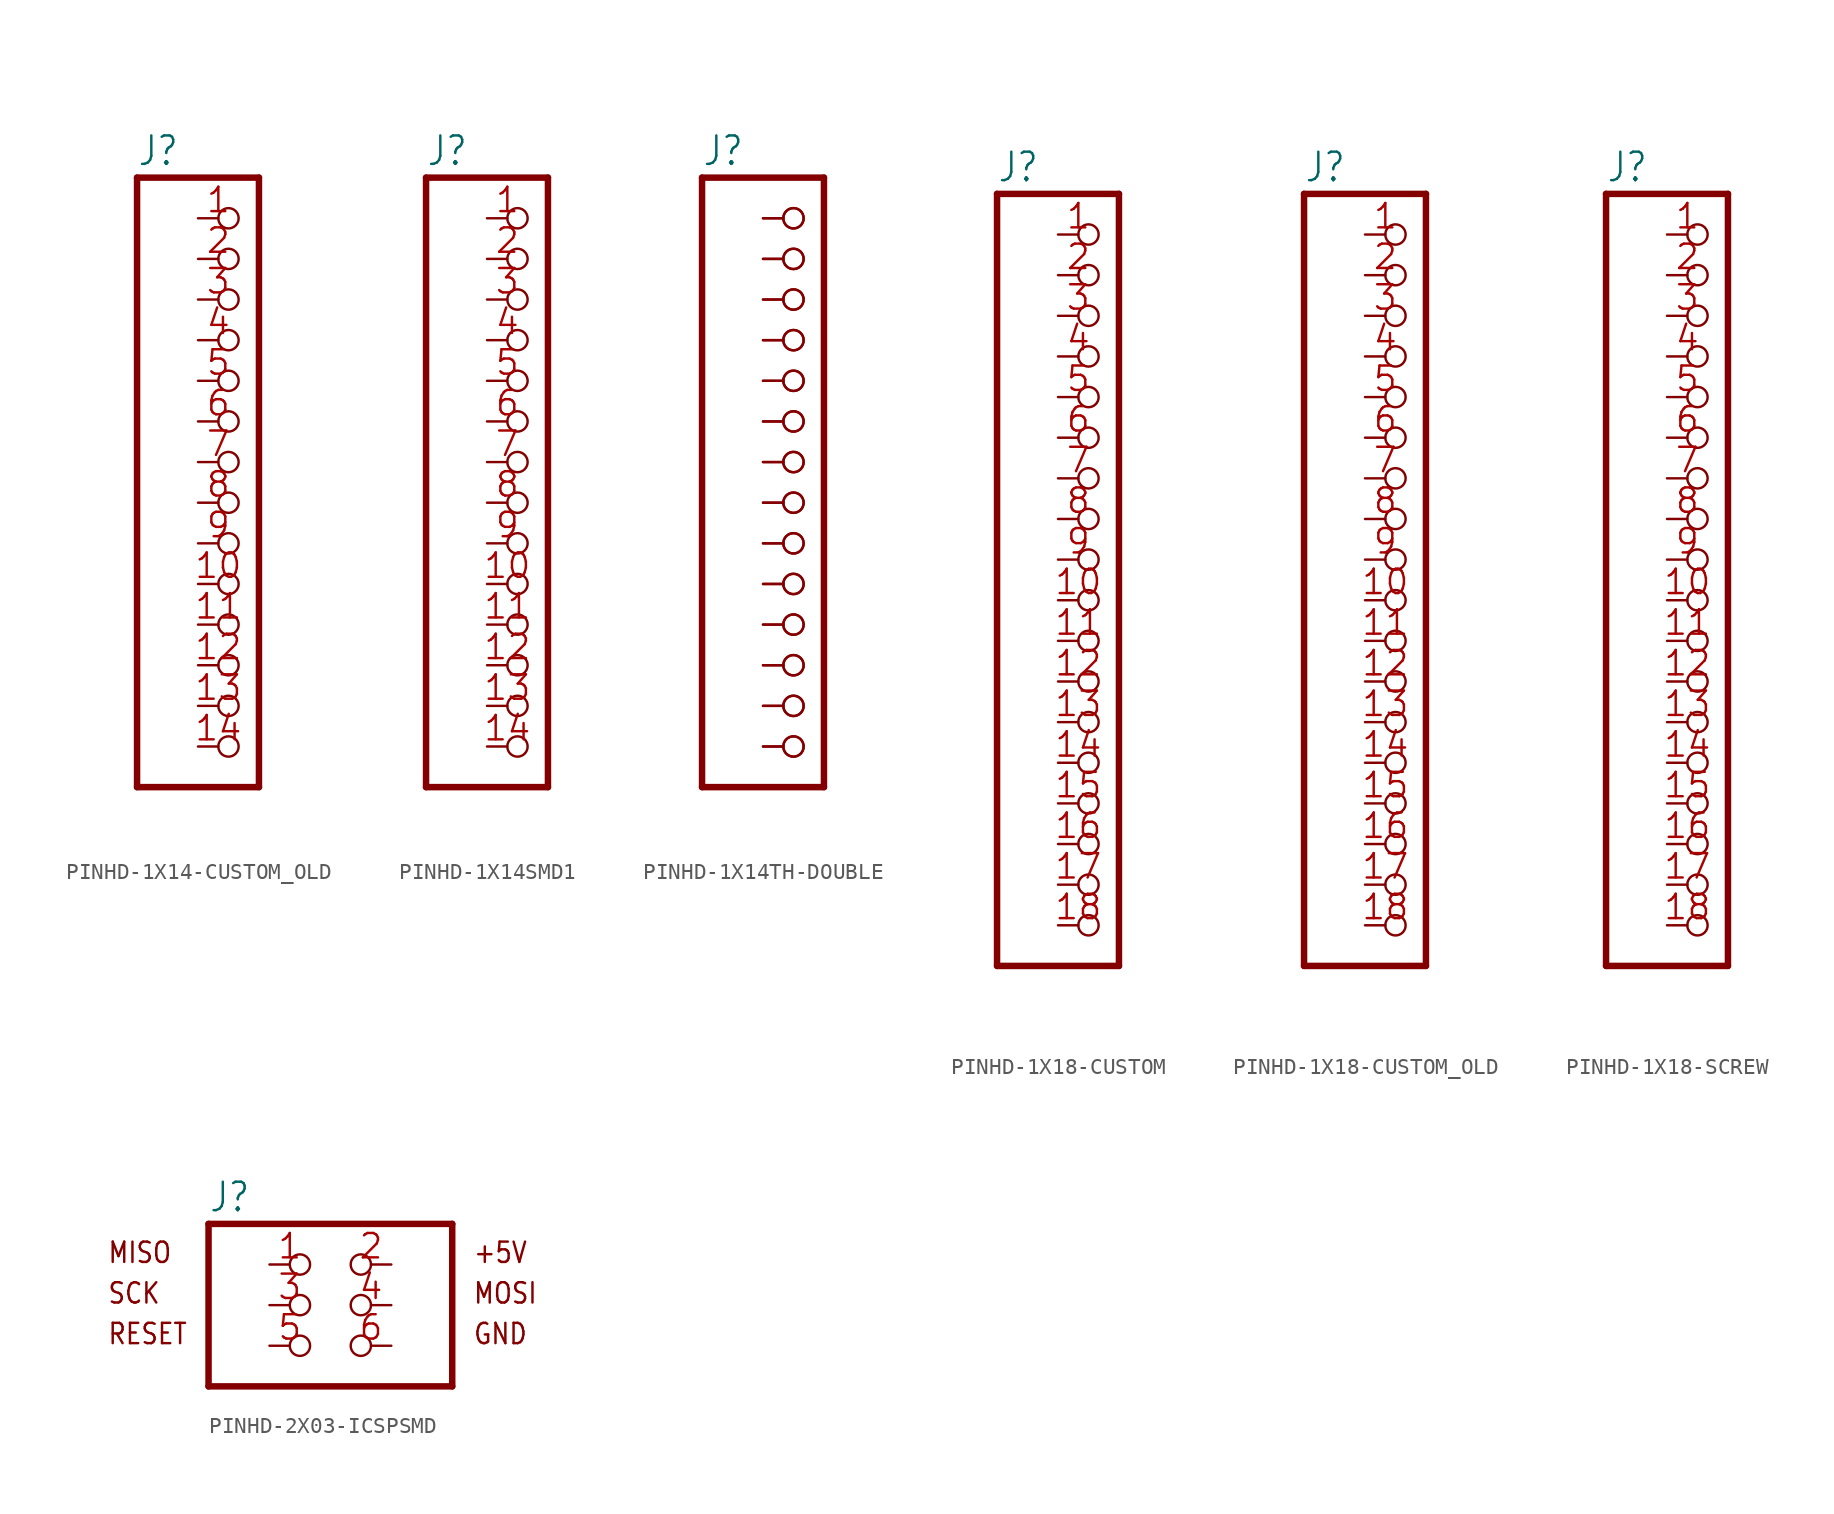
<source format=kicad_sym>
(kicad_symbol_lib
  (version 20241209)
  (generator "kicad_symbol_editor")
  (generator_version "9.0")
  (symbol "PINHD-1X14-CUSTOM_OLD"
    (property "Reference" "J"
      (at -6.35 18.415 0)
      (effects (font (size 1.778 1.511)) (justify left bottom)))
    (property "ki_locked" ""
      (at 0 0 0)
      (effects (font (size 1.27 1.27))))
    (symbol "PINHD-1X14-CUSTOM_OLD_1_0"
      (polyline (pts (xy -6.35 17.78) (xy -6.35 -20.32)) (stroke (width 0.406) (type solid)) (fill (type none)))
      (polyline (pts (xy -6.35 -20.32) (xy 1.27 -20.32)) (stroke (width 0.406) (type solid)) (fill (type none)))
      (polyline (pts (xy 1.27 17.78) (xy -6.35 17.78)) (stroke (width 0.406) (type solid)) (fill (type none)))
      (polyline (pts (xy 1.27 -20.32) (xy 1.27 17.78)) (stroke (width 0.406) (type solid)) (fill (type none)))
      (pin passive inverted (at -2.54 15.24 0) (length 2.54) (name "1" (effects (font (size 0 0)))) (number "1" (effects (font (size 1.524 1.524)))))
      (pin passive inverted (at -2.54 12.7 0) (length 2.54) (name "2" (effects (font (size 0 0)))) (number "2" (effects (font (size 1.524 1.524)))))
      (pin passive inverted (at -2.54 10.16 0) (length 2.54) (name "3" (effects (font (size 0 0)))) (number "3" (effects (font (size 1.524 1.524)))))
      (pin passive inverted (at -2.54 7.62 0) (length 2.54) (name "4" (effects (font (size 0 0)))) (number "4" (effects (font (size 1.524 1.524)))))
      (pin passive inverted (at -2.54 5.08 0) (length 2.54) (name "5" (effects (font (size 0 0)))) (number "5" (effects (font (size 1.524 1.524)))))
      (pin passive inverted (at -2.54 2.54 0) (length 2.54) (name "6" (effects (font (size 0 0)))) (number "6" (effects (font (size 1.524 1.524)))))
      (pin passive inverted (at -2.54 0 0) (length 2.54) (name "7" (effects (font (size 0 0)))) (number "7" (effects (font (size 1.524 1.524)))))
      (pin passive inverted (at -2.54 -2.54 0) (length 2.54) (name "8" (effects (font (size 0 0)))) (number "8" (effects (font (size 1.524 1.524)))))
      (pin passive inverted (at -2.54 -5.08 0) (length 2.54) (name "9" (effects (font (size 0 0)))) (number "9" (effects (font (size 1.524 1.524)))))
      (pin passive inverted (at -2.54 -7.62 0) (length 2.54) (name "10" (effects (font (size 0 0)))) (number "10" (effects (font (size 1.524 1.524)))))
      (pin passive inverted (at -2.54 -10.16 0) (length 2.54) (name "11" (effects (font (size 0 0)))) (number "11" (effects (font (size 1.524 1.524)))))
      (pin passive inverted (at -2.54 -12.7 0) (length 2.54) (name "12" (effects (font (size 0 0)))) (number "12" (effects (font (size 1.524 1.524)))))
      (pin passive inverted (at -2.54 -15.24 0) (length 2.54) (name "13" (effects (font (size 0 0)))) (number "13" (effects (font (size 1.524 1.524)))))
      (pin passive inverted (at -2.54 -17.78 0) (length 2.54) (name "14" (effects (font (size 0 0)))) (number "14" (effects (font (size 1.524 1.524)))))))
  (symbol "PINHD-1X14SMD1"
    (property "Reference" "J"
      (at -6.35 18.415 0)
      (effects (font (size 1.778 1.511)) (justify left bottom)))
    (property "ki_locked" ""
      (at 0 0 0)
      (effects (font (size 1.27 1.27))))
    (symbol "PINHD-1X14SMD1_1_0"
      (polyline (pts (xy -6.35 17.78) (xy -6.35 -20.32)) (stroke (width 0.406) (type solid)) (fill (type none)))
      (polyline (pts (xy -6.35 -20.32) (xy 1.27 -20.32)) (stroke (width 0.406) (type solid)) (fill (type none)))
      (polyline (pts (xy 1.27 17.78) (xy -6.35 17.78)) (stroke (width 0.406) (type solid)) (fill (type none)))
      (polyline (pts (xy 1.27 -20.32) (xy 1.27 17.78)) (stroke (width 0.406) (type solid)) (fill (type none)))
      (pin passive inverted (at -2.54 15.24 0) (length 2.54) (name "1" (effects (font (size 0 0)))) (number "1" (effects (font (size 1.524 1.524)))))
      (pin passive inverted (at -2.54 12.7 0) (length 2.54) (name "2" (effects (font (size 0 0)))) (number "2" (effects (font (size 1.524 1.524)))))
      (pin passive inverted (at -2.54 10.16 0) (length 2.54) (name "3" (effects (font (size 0 0)))) (number "3" (effects (font (size 1.524 1.524)))))
      (pin passive inverted (at -2.54 7.62 0) (length 2.54) (name "4" (effects (font (size 0 0)))) (number "4" (effects (font (size 1.524 1.524)))))
      (pin passive inverted (at -2.54 5.08 0) (length 2.54) (name "5" (effects (font (size 0 0)))) (number "5" (effects (font (size 1.524 1.524)))))
      (pin passive inverted (at -2.54 2.54 0) (length 2.54) (name "6" (effects (font (size 0 0)))) (number "6" (effects (font (size 1.524 1.524)))))
      (pin passive inverted (at -2.54 0 0) (length 2.54) (name "7" (effects (font (size 0 0)))) (number "7" (effects (font (size 1.524 1.524)))))
      (pin passive inverted (at -2.54 -2.54 0) (length 2.54) (name "8" (effects (font (size 0 0)))) (number "8" (effects (font (size 1.524 1.524)))))
      (pin passive inverted (at -2.54 -5.08 0) (length 2.54) (name "9" (effects (font (size 0 0)))) (number "9" (effects (font (size 1.524 1.524)))))
      (pin passive inverted (at -2.54 -7.62 0) (length 2.54) (name "10" (effects (font (size 0 0)))) (number "10" (effects (font (size 1.524 1.524)))))
      (pin passive inverted (at -2.54 -10.16 0) (length 2.54) (name "11" (effects (font (size 0 0)))) (number "11" (effects (font (size 1.524 1.524)))))
      (pin passive inverted (at -2.54 -12.7 0) (length 2.54) (name "12" (effects (font (size 0 0)))) (number "12" (effects (font (size 1.524 1.524)))))
      (pin passive inverted (at -2.54 -15.24 0) (length 2.54) (name "13" (effects (font (size 0 0)))) (number "13" (effects (font (size 1.524 1.524)))))
      (pin passive inverted (at -2.54 -17.78 0) (length 2.54) (name "14" (effects (font (size 0 0)))) (number "14" (effects (font (size 1.524 1.524)))))))
  (symbol "PINHD-1X14TH-DOUBLE"
    (property "Reference" "J"
      (at -6.35 18.415 0)
      (effects (font (size 1.778 1.511)) (justify left bottom)))
    (property "ki_locked" ""
      (at 0 0 0)
      (effects (font (size 1.27 1.27))))
    (symbol "PINHD-1X14TH-DOUBLE_1_0"
      (polyline (pts (xy -6.35 17.78) (xy -6.35 -20.32)) (stroke (width 0.406) (type solid)) (fill (type none)))
      (polyline (pts (xy -6.35 -20.32) (xy 1.27 -20.32)) (stroke (width 0.406) (type solid)) (fill (type none)))
      (polyline (pts (xy 1.27 17.78) (xy -6.35 17.78)) (stroke (width 0.406) (type solid)) (fill (type none)))
      (polyline (pts (xy 1.27 -20.32) (xy 1.27 17.78)) (stroke (width 0.406) (type solid)) (fill (type none)))
      (pin passive inverted (at -2.54 15.24 0) (length 2.54) (name "1" (effects (font (size 0 0)))) (number "1" (effects (font (size 0 0)))))
      (pin passive inverted (at -2.54 15.24 0) (length 2.54) (name "1" (effects (font (size 0 0)))) (number "15" (effects (font (size 0 0)))))
      (pin passive inverted (at -2.54 12.7 0) (length 2.54) (name "2" (effects (font (size 0 0)))) (number "16" (effects (font (size 0 0)))))
      (pin passive inverted (at -2.54 12.7 0) (length 2.54) (name "2" (effects (font (size 0 0)))) (number "2" (effects (font (size 0 0)))))
      (pin passive inverted (at -2.54 10.16 0) (length 2.54) (name "3" (effects (font (size 0 0)))) (number "17" (effects (font (size 0 0)))))
      (pin passive inverted (at -2.54 10.16 0) (length 2.54) (name "3" (effects (font (size 0 0)))) (number "3" (effects (font (size 0 0)))))
      (pin passive inverted (at -2.54 7.62 0) (length 2.54) (name "4" (effects (font (size 0 0)))) (number "18" (effects (font (size 0 0)))))
      (pin passive inverted (at -2.54 7.62 0) (length 2.54) (name "4" (effects (font (size 0 0)))) (number "4" (effects (font (size 0 0)))))
      (pin passive inverted (at -2.54 5.08 0) (length 2.54) (name "5" (effects (font (size 0 0)))) (number "19" (effects (font (size 0 0)))))
      (pin passive inverted (at -2.54 5.08 0) (length 2.54) (name "5" (effects (font (size 0 0)))) (number "5" (effects (font (size 0 0)))))
      (pin passive inverted (at -2.54 2.54 0) (length 2.54) (name "6" (effects (font (size 0 0)))) (number "20" (effects (font (size 0 0)))))
      (pin passive inverted (at -2.54 2.54 0) (length 2.54) (name "6" (effects (font (size 0 0)))) (number "6" (effects (font (size 0 0)))))
      (pin passive inverted (at -2.54 0 0) (length 2.54) (name "7" (effects (font (size 0 0)))) (number "21" (effects (font (size 0 0)))))
      (pin passive inverted (at -2.54 0 0) (length 2.54) (name "7" (effects (font (size 0 0)))) (number "7" (effects (font (size 0 0)))))
      (pin passive inverted (at -2.54 -2.54 0) (length 2.54) (name "8" (effects (font (size 0 0)))) (number "22" (effects (font (size 0 0)))))
      (pin passive inverted (at -2.54 -2.54 0) (length 2.54) (name "8" (effects (font (size 0 0)))) (number "8" (effects (font (size 0 0)))))
      (pin passive inverted (at -2.54 -5.08 0) (length 2.54) (name "9" (effects (font (size 0 0)))) (number "23" (effects (font (size 0 0)))))
      (pin passive inverted (at -2.54 -5.08 0) (length 2.54) (name "9" (effects (font (size 0 0)))) (number "9" (effects (font (size 0 0)))))
      (pin passive inverted (at -2.54 -7.62 0) (length 2.54) (name "10" (effects (font (size 0 0)))) (number "10" (effects (font (size 0 0)))))
      (pin passive inverted (at -2.54 -7.62 0) (length 2.54) (name "10" (effects (font (size 0 0)))) (number "24" (effects (font (size 0 0)))))
      (pin passive inverted (at -2.54 -10.16 0) (length 2.54) (name "11" (effects (font (size 0 0)))) (number "11" (effects (font (size 0 0)))))
      (pin passive inverted (at -2.54 -10.16 0) (length 2.54) (name "11" (effects (font (size 0 0)))) (number "25" (effects (font (size 0 0)))))
      (pin passive inverted (at -2.54 -12.7 0) (length 2.54) (name "12" (effects (font (size 0 0)))) (number "12" (effects (font (size 0 0)))))
      (pin passive inverted (at -2.54 -12.7 0) (length 2.54) (name "12" (effects (font (size 0 0)))) (number "26" (effects (font (size 0 0)))))
      (pin passive inverted (at -2.54 -15.24 0) (length 2.54) (name "13" (effects (font (size 0 0)))) (number "13" (effects (font (size 0 0)))))
      (pin passive inverted (at -2.54 -15.24 0) (length 2.54) (name "13" (effects (font (size 0 0)))) (number "27" (effects (font (size 0 0)))))
      (pin passive inverted (at -2.54 -17.78 0) (length 2.54) (name "14" (effects (font (size 0 0)))) (number "14" (effects (font (size 0 0)))))
      (pin passive inverted (at -2.54 -17.78 0) (length 2.54) (name "14" (effects (font (size 0 0)))) (number "28" (effects (font (size 0 0)))))))
  (symbol "PINHD-1X18-CUSTOM"
    (property "Reference" "J"
      (at -6.35 18.415 0)
      (effects (font (size 1.778 1.511)) (justify left bottom)))
    (property "ki_locked" ""
      (at 0 0 0)
      (effects (font (size 1.27 1.27))))
    (symbol "PINHD-1X18-CUSTOM_1_0"
      (polyline (pts (xy -6.35 17.78) (xy -6.35 -30.48)) (stroke (width 0.406) (type solid)) (fill (type none)))
      (polyline (pts (xy -6.35 -30.48) (xy 1.27 -30.48)) (stroke (width 0.406) (type solid)) (fill (type none)))
      (polyline (pts (xy 1.27 17.78) (xy -6.35 17.78)) (stroke (width 0.406) (type solid)) (fill (type none)))
      (polyline (pts (xy 1.27 -30.48) (xy 1.27 17.78)) (stroke (width 0.406) (type solid)) (fill (type none)))
      (pin passive inverted (at -2.54 15.24 0) (length 2.54) (name "1" (effects (font (size 0 0)))) (number "1" (effects (font (size 1.524 1.524)))))
      (pin passive inverted (at -2.54 12.7 0) (length 2.54) (name "2" (effects (font (size 0 0)))) (number "2" (effects (font (size 1.524 1.524)))))
      (pin passive inverted (at -2.54 10.16 0) (length 2.54) (name "3" (effects (font (size 0 0)))) (number "3" (effects (font (size 1.524 1.524)))))
      (pin passive inverted (at -2.54 7.62 0) (length 2.54) (name "4" (effects (font (size 0 0)))) (number "4" (effects (font (size 1.524 1.524)))))
      (pin passive inverted (at -2.54 5.08 0) (length 2.54) (name "5" (effects (font (size 0 0)))) (number "5" (effects (font (size 1.524 1.524)))))
      (pin passive inverted (at -2.54 2.54 0) (length 2.54) (name "6" (effects (font (size 0 0)))) (number "6" (effects (font (size 1.524 1.524)))))
      (pin passive inverted (at -2.54 0 0) (length 2.54) (name "7" (effects (font (size 0 0)))) (number "7" (effects (font (size 1.524 1.524)))))
      (pin passive inverted (at -2.54 -2.54 0) (length 2.54) (name "8" (effects (font (size 0 0)))) (number "8" (effects (font (size 1.524 1.524)))))
      (pin passive inverted (at -2.54 -5.08 0) (length 2.54) (name "9" (effects (font (size 0 0)))) (number "9" (effects (font (size 1.524 1.524)))))
      (pin passive inverted (at -2.54 -7.62 0) (length 2.54) (name "10" (effects (font (size 0 0)))) (number "10" (effects (font (size 1.524 1.524)))))
      (pin passive inverted (at -2.54 -10.16 0) (length 2.54) (name "11" (effects (font (size 0 0)))) (number "11" (effects (font (size 1.524 1.524)))))
      (pin passive inverted (at -2.54 -12.7 0) (length 2.54) (name "12" (effects (font (size 0 0)))) (number "12" (effects (font (size 1.524 1.524)))))
      (pin passive inverted (at -2.54 -15.24 0) (length 2.54) (name "13" (effects (font (size 0 0)))) (number "13" (effects (font (size 1.524 1.524)))))
      (pin passive inverted (at -2.54 -17.78 0) (length 2.54) (name "14" (effects (font (size 0 0)))) (number "14" (effects (font (size 1.524 1.524)))))
      (pin passive inverted (at -2.54 -20.32 0) (length 2.54) (name "15" (effects (font (size 0 0)))) (number "15" (effects (font (size 1.524 1.524)))))
      (pin passive inverted (at -2.54 -22.86 0) (length 2.54) (name "16" (effects (font (size 0 0)))) (number "16" (effects (font (size 1.524 1.524)))))
      (pin passive inverted (at -2.54 -25.4 0) (length 2.54) (name "17" (effects (font (size 0 0)))) (number "17" (effects (font (size 1.524 1.524)))))
      (pin passive inverted (at -2.54 -27.94 0) (length 2.54) (name "18" (effects (font (size 0 0)))) (number "18" (effects (font (size 1.524 1.524)))))))
  (symbol "PINHD-1X18-CUSTOM_OLD"
    (property "Reference" "J"
      (at -6.35 18.415 0)
      (effects (font (size 1.778 1.511)) (justify left bottom)))
    (property "ki_locked" ""
      (at 0 0 0)
      (effects (font (size 1.27 1.27))))
    (symbol "PINHD-1X18-CUSTOM_OLD_1_0"
      (polyline (pts (xy -6.35 17.78) (xy -6.35 -30.48)) (stroke (width 0.406) (type solid)) (fill (type none)))
      (polyline (pts (xy -6.35 -30.48) (xy 1.27 -30.48)) (stroke (width 0.406) (type solid)) (fill (type none)))
      (polyline (pts (xy 1.27 17.78) (xy -6.35 17.78)) (stroke (width 0.406) (type solid)) (fill (type none)))
      (polyline (pts (xy 1.27 -30.48) (xy 1.27 17.78)) (stroke (width 0.406) (type solid)) (fill (type none)))
      (pin passive inverted (at -2.54 15.24 0) (length 2.54) (name "1" (effects (font (size 0 0)))) (number "1" (effects (font (size 1.524 1.524)))))
      (pin passive inverted (at -2.54 12.7 0) (length 2.54) (name "2" (effects (font (size 0 0)))) (number "2" (effects (font (size 1.524 1.524)))))
      (pin passive inverted (at -2.54 10.16 0) (length 2.54) (name "3" (effects (font (size 0 0)))) (number "3" (effects (font (size 1.524 1.524)))))
      (pin passive inverted (at -2.54 7.62 0) (length 2.54) (name "4" (effects (font (size 0 0)))) (number "4" (effects (font (size 1.524 1.524)))))
      (pin passive inverted (at -2.54 5.08 0) (length 2.54) (name "5" (effects (font (size 0 0)))) (number "5" (effects (font (size 1.524 1.524)))))
      (pin passive inverted (at -2.54 2.54 0) (length 2.54) (name "6" (effects (font (size 0 0)))) (number "6" (effects (font (size 1.524 1.524)))))
      (pin passive inverted (at -2.54 0 0) (length 2.54) (name "7" (effects (font (size 0 0)))) (number "7" (effects (font (size 1.524 1.524)))))
      (pin passive inverted (at -2.54 -2.54 0) (length 2.54) (name "8" (effects (font (size 0 0)))) (number "8" (effects (font (size 1.524 1.524)))))
      (pin passive inverted (at -2.54 -5.08 0) (length 2.54) (name "9" (effects (font (size 0 0)))) (number "9" (effects (font (size 1.524 1.524)))))
      (pin passive inverted (at -2.54 -7.62 0) (length 2.54) (name "10" (effects (font (size 0 0)))) (number "10" (effects (font (size 1.524 1.524)))))
      (pin passive inverted (at -2.54 -10.16 0) (length 2.54) (name "11" (effects (font (size 0 0)))) (number "11" (effects (font (size 1.524 1.524)))))
      (pin passive inverted (at -2.54 -12.7 0) (length 2.54) (name "12" (effects (font (size 0 0)))) (number "12" (effects (font (size 1.524 1.524)))))
      (pin passive inverted (at -2.54 -15.24 0) (length 2.54) (name "13" (effects (font (size 0 0)))) (number "13" (effects (font (size 1.524 1.524)))))
      (pin passive inverted (at -2.54 -17.78 0) (length 2.54) (name "14" (effects (font (size 0 0)))) (number "14" (effects (font (size 1.524 1.524)))))
      (pin passive inverted (at -2.54 -20.32 0) (length 2.54) (name "15" (effects (font (size 0 0)))) (number "15" (effects (font (size 1.524 1.524)))))
      (pin passive inverted (at -2.54 -22.86 0) (length 2.54) (name "16" (effects (font (size 0 0)))) (number "16" (effects (font (size 1.524 1.524)))))
      (pin passive inverted (at -2.54 -25.4 0) (length 2.54) (name "17" (effects (font (size 0 0)))) (number "17" (effects (font (size 1.524 1.524)))))
      (pin passive inverted (at -2.54 -27.94 0) (length 2.54) (name "18" (effects (font (size 0 0)))) (number "18" (effects (font (size 1.524 1.524)))))))
  (symbol "PINHD-1X18-SCREW"
    (property "Reference" "J"
      (at -6.35 18.415 0)
      (effects (font (size 1.778 1.511)) (justify left bottom)))
    (property "ki_locked" ""
      (at 0 0 0)
      (effects (font (size 1.27 1.27))))
    (symbol "PINHD-1X18-SCREW_1_0"
      (polyline (pts (xy -6.35 17.78) (xy -6.35 -30.48)) (stroke (width 0.406) (type solid)) (fill (type none)))
      (polyline (pts (xy -6.35 -30.48) (xy 1.27 -30.48)) (stroke (width 0.406) (type solid)) (fill (type none)))
      (polyline (pts (xy 1.27 17.78) (xy -6.35 17.78)) (stroke (width 0.406) (type solid)) (fill (type none)))
      (polyline (pts (xy 1.27 -30.48) (xy 1.27 17.78)) (stroke (width 0.406) (type solid)) (fill (type none)))
      (pin passive inverted (at -2.54 15.24 0) (length 2.54) (name "1" (effects (font (size 0 0)))) (number "1" (effects (font (size 1.524 1.524)))))
      (pin passive inverted (at -2.54 12.7 0) (length 2.54) (name "2" (effects (font (size 0 0)))) (number "2" (effects (font (size 1.524 1.524)))))
      (pin passive inverted (at -2.54 10.16 0) (length 2.54) (name "3" (effects (font (size 0 0)))) (number "3" (effects (font (size 1.524 1.524)))))
      (pin passive inverted (at -2.54 7.62 0) (length 2.54) (name "4" (effects (font (size 0 0)))) (number "4" (effects (font (size 1.524 1.524)))))
      (pin passive inverted (at -2.54 5.08 0) (length 2.54) (name "5" (effects (font (size 0 0)))) (number "5" (effects (font (size 1.524 1.524)))))
      (pin passive inverted (at -2.54 2.54 0) (length 2.54) (name "6" (effects (font (size 0 0)))) (number "6" (effects (font (size 1.524 1.524)))))
      (pin passive inverted (at -2.54 0 0) (length 2.54) (name "7" (effects (font (size 0 0)))) (number "7" (effects (font (size 1.524 1.524)))))
      (pin passive inverted (at -2.54 -2.54 0) (length 2.54) (name "8" (effects (font (size 0 0)))) (number "8" (effects (font (size 1.524 1.524)))))
      (pin passive inverted (at -2.54 -5.08 0) (length 2.54) (name "9" (effects (font (size 0 0)))) (number "9" (effects (font (size 1.524 1.524)))))
      (pin passive inverted (at -2.54 -7.62 0) (length 2.54) (name "10" (effects (font (size 0 0)))) (number "10" (effects (font (size 1.524 1.524)))))
      (pin passive inverted (at -2.54 -10.16 0) (length 2.54) (name "11" (effects (font (size 0 0)))) (number "11" (effects (font (size 1.524 1.524)))))
      (pin passive inverted (at -2.54 -12.7 0) (length 2.54) (name "12" (effects (font (size 0 0)))) (number "12" (effects (font (size 1.524 1.524)))))
      (pin passive inverted (at -2.54 -15.24 0) (length 2.54) (name "13" (effects (font (size 0 0)))) (number "13" (effects (font (size 1.524 1.524)))))
      (pin passive inverted (at -2.54 -17.78 0) (length 2.54) (name "14" (effects (font (size 0 0)))) (number "14" (effects (font (size 1.524 1.524)))))
      (pin passive inverted (at -2.54 -20.32 0) (length 2.54) (name "15" (effects (font (size 0 0)))) (number "15" (effects (font (size 1.524 1.524)))))
      (pin passive inverted (at -2.54 -22.86 0) (length 2.54) (name "16" (effects (font (size 0 0)))) (number "16" (effects (font (size 1.524 1.524)))))
      (pin passive inverted (at -2.54 -25.4 0) (length 2.54) (name "17" (effects (font (size 0 0)))) (number "17" (effects (font (size 1.524 1.524)))))
      (pin passive inverted (at -2.54 -27.94 0) (length 2.54) (name "18" (effects (font (size 0 0)))) (number "18" (effects (font (size 1.524 1.524)))))))
  (symbol "PINHD-2X03-ICSPSMD"
    (property "Reference" "J"
      (at -6.35 5.715 0)
      (effects (font (size 1.778 1.511)) (justify left bottom)))
    (property "ki_locked" ""
      (at 0 0 0)
      (effects (font (size 1.27 1.27))))
    (symbol "PINHD-2X03-ICSPSMD_1_0"
      (polyline (pts (xy -6.35 5.08) (xy -6.35 -5.08)) (stroke (width 0.406) (type solid)) (fill (type none)))
      (polyline (pts (xy -6.35 -5.08) (xy 8.89 -5.08)) (stroke (width 0.406) (type solid)) (fill (type none)))
      (polyline (pts (xy 8.89 5.08) (xy -6.35 5.08)) (stroke (width 0.406) (type solid)) (fill (type none)))
      (polyline (pts (xy 8.89 -5.08) (xy 8.89 5.08)) (stroke (width 0.406) (type solid)) (fill (type none)))
      (text "MISO" (at -12.7 2.54 0) (effects (font (size 1.27 1.079)) (justify left bottom)))
      (text "SCK" (at -12.7 0 0) (effects (font (size 1.27 1.079)) (justify left bottom)))
      (text "RESET" (at -12.7 -2.54 0) (effects (font (size 1.27 1.079)) (justify left bottom)))
      (text "+5V" (at 10.16 2.54 0) (effects (font (size 1.27 1.079)) (justify left bottom)))
      (text "MOSI" (at 10.16 0 0) (effects (font (size 1.27 1.079)) (justify left bottom)))
      (text "GND" (at 10.16 -2.54 0) (effects (font (size 1.27 1.079)) (justify left bottom)))
      (pin passive inverted (at -2.54 2.54 0) (length 2.54) (name "1" (effects (font (size 0 0)))) (number "1" (effects (font (size 1.524 1.524)))))
      (pin passive inverted (at -2.54 0 0) (length 2.54) (name "3" (effects (font (size 0 0)))) (number "3" (effects (font (size 1.524 1.524)))))
      (pin passive inverted (at -2.54 -2.54 0) (length 2.54) (name "5" (effects (font (size 0 0)))) (number "5" (effects (font (size 1.524 1.524)))))
      (pin passive inverted (at 5.08 2.54 180) (length 2.54) (name "2" (effects (font (size 0 0)))) (number "2" (effects (font (size 1.524 1.524)))))
      (pin passive inverted (at 5.08 0 180) (length 2.54) (name "4" (effects (font (size 0 0)))) (number "4" (effects (font (size 1.524 1.524)))))
      (pin passive inverted (at 5.08 -2.54 180) (length 2.54) (name "6" (effects (font (size 0 0)))) (number "6" (effects (font (size 1.524 1.524))))))))
</source>
